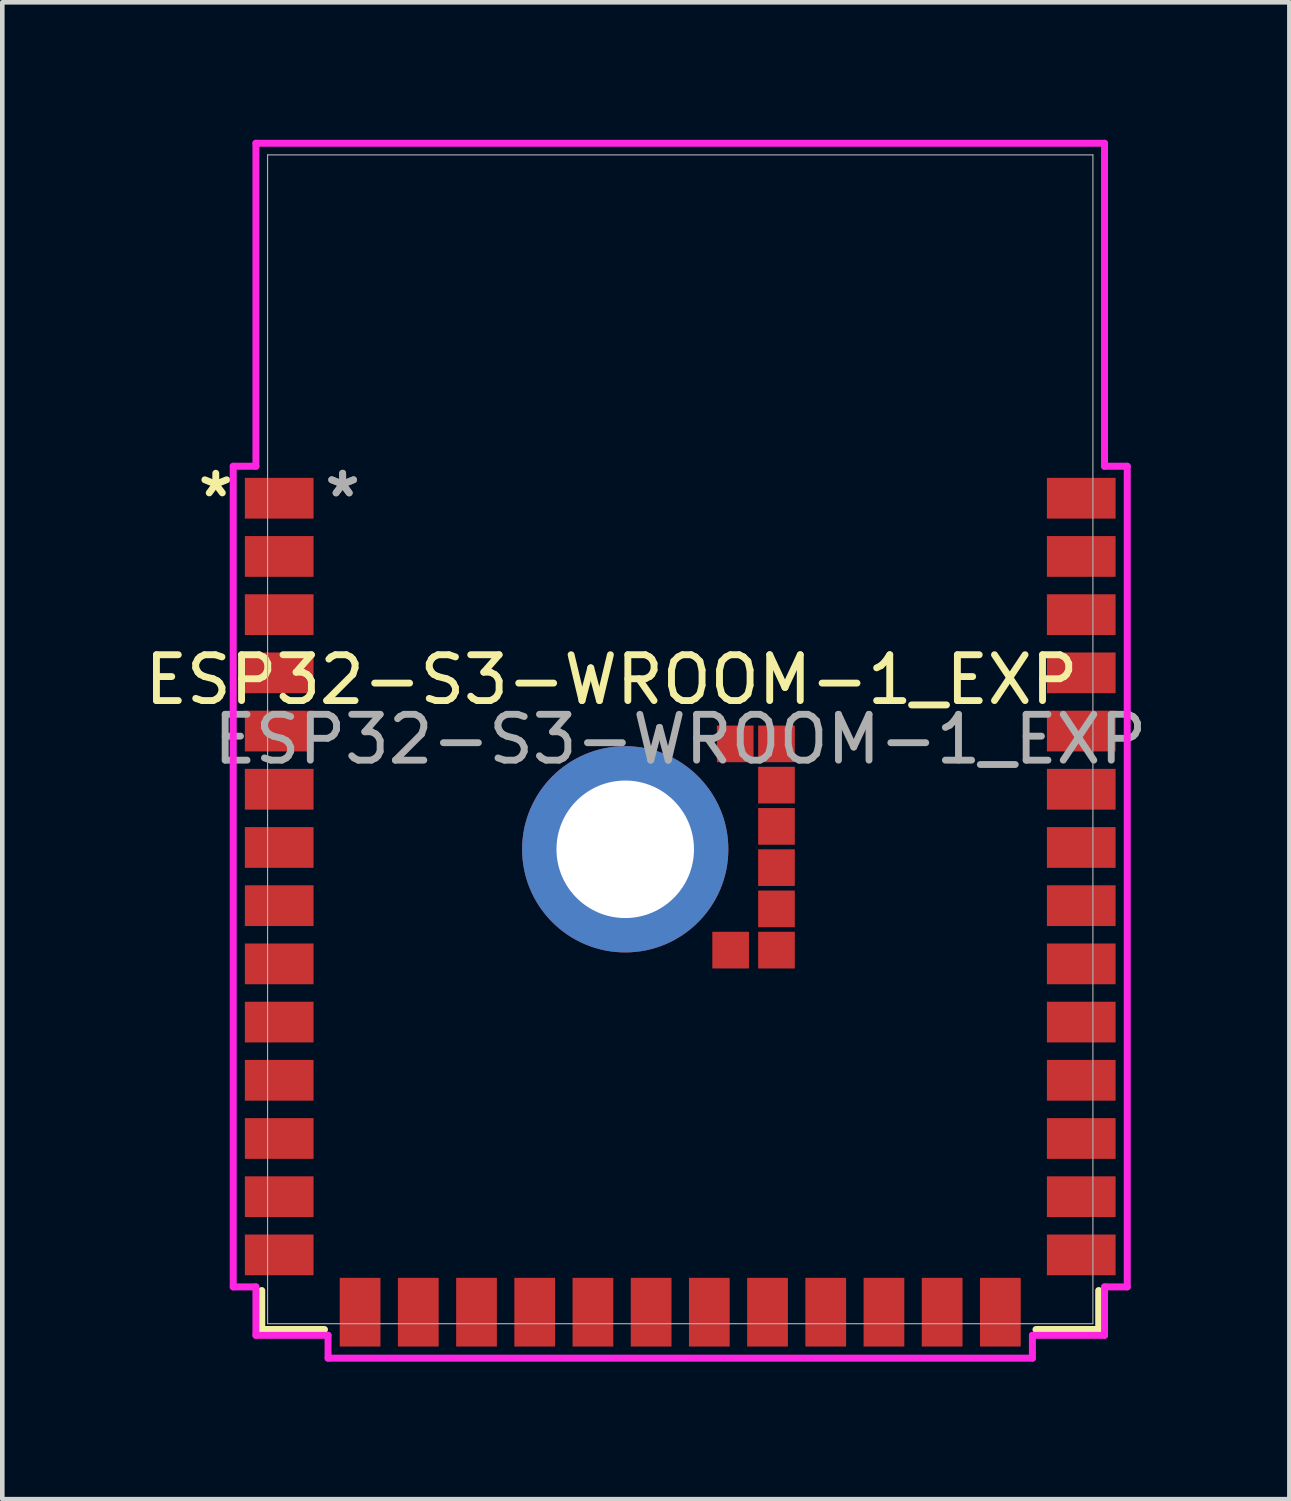
<source format=kicad_pcb>
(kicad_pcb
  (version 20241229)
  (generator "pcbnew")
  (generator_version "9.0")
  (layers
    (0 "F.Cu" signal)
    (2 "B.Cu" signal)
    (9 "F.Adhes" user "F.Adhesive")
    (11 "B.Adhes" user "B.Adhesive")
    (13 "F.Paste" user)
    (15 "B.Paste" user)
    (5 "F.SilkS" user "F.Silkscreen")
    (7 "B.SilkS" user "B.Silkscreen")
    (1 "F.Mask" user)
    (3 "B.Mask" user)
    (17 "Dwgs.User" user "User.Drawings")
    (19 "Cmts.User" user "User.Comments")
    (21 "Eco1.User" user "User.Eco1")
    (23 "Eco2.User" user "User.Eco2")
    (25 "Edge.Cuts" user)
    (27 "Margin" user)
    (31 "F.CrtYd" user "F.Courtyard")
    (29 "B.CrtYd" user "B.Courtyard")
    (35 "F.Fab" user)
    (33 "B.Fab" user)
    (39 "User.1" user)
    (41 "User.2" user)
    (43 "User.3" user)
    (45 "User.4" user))
  (footprint "ESP32-S3-WROOM-1_EXP"
    (layer "F.Cu")
    (at 11.792 13.081)
    (property "Reference" "ESP32-S3-WROOM-1_EXP" (at -1.5 -1.3 0) (unlocked yes) (layer "F.SilkS") (effects (font (size 1 1) (thickness 0.15))))
    (attr smd)
    (fp_line (start -9.131 12.878) (end -9.131 12.027) (stroke (width 0.152) (type solid)) (layer "F.SilkS"))
    (fp_line (start -7.762 12.878) (end -9.131 12.878) (stroke (width 0.152) (type solid)) (layer "F.SilkS"))
    (fp_line (start 9.131 12.027) (end 9.131 12.878) (stroke (width 0.152) (type solid)) (layer "F.SilkS"))
    (fp_line (start 9.131 12.878) (end 7.762 12.878) (stroke (width 0.152) (type solid)) (layer "F.SilkS"))
    (fp_poly (pts (xy -9.004 -12.751) (xy -9.004 -6.756) (xy 9.004 -6.756) (xy 9.004 -12.751)) (stroke (width 0.1) (type solid)) (fill no) (layer "Eco2.User"))
    (fp_line (start -9.753 -5.958) (end -9.753 11.948) (stroke (width 0.152) (type solid)) (layer "F.CrtYd"))
    (fp_line (start -9.753 11.948) (end -9.258 11.948) (stroke (width 0.152) (type solid)) (layer "F.CrtYd"))
    (fp_line (start -9.258 -13.005) (end -9.258 -5.958) (stroke (width 0.152) (type solid)) (layer "F.CrtYd"))
    (fp_line (start -9.258 -5.958) (end -9.753 -5.958) (stroke (width 0.152) (type solid)) (layer "F.CrtYd"))
    (fp_line (start -9.258 11.948) (end -9.258 13.005) (stroke (width 0.152) (type solid)) (layer "F.CrtYd"))
    (fp_line (start -9.258 13.005) (end -7.684 13.005) (stroke (width 0.152) (type solid)) (layer "F.CrtYd"))
    (fp_line (start -7.684 13.005) (end -7.684 13.503) (stroke (width 0.152) (type solid)) (layer "F.CrtYd"))
    (fp_line (start -7.684 13.503) (end 7.684 13.503) (stroke (width 0.152) (type solid)) (layer "F.CrtYd"))
    (fp_line (start 7.684 13.005) (end 9.258 13.005) (stroke (width 0.152) (type solid)) (layer "F.CrtYd"))
    (fp_line (start 7.684 13.503) (end 7.684 13.005) (stroke (width 0.152) (type solid)) (layer "F.CrtYd"))
    (fp_line (start 9.258 -13.005) (end -9.258 -13.005) (stroke (width 0.152) (type solid)) (layer "F.CrtYd"))
    (fp_line (start 9.258 -5.958) (end 9.258 -13.005) (stroke (width 0.152) (type solid)) (layer "F.CrtYd"))
    (fp_line (start 9.258 11.948) (end 9.753 11.948) (stroke (width 0.152) (type solid)) (layer "F.CrtYd"))
    (fp_line (start 9.258 13.005) (end 9.258 11.948) (stroke (width 0.152) (type solid)) (layer "F.CrtYd"))
    (fp_line (start 9.753 -5.958) (end 9.258 -5.958) (stroke (width 0.152) (type solid)) (layer "F.CrtYd"))
    (fp_line (start 9.753 11.948) (end 9.753 -5.958) (stroke (width 0.152) (type solid)) (layer "F.CrtYd"))
    (fp_line (start -9.004 -12.751) (end -9.004 12.751) (stroke (width 0.025) (type solid)) (layer "F.Fab"))
    (fp_line (start -9.004 12.751) (end 9.004 12.751) (stroke (width 0.025) (type solid)) (layer "F.Fab"))
    (fp_line (start 9.004 -12.751) (end -9.004 -12.751) (stroke (width 0.025) (type solid)) (layer "F.Fab"))
    (fp_line (start 9.004 12.751) (end 9.004 -12.751) (stroke (width 0.025) (type solid)) (layer "F.Fab"))
    (fp_text user "*" (at -10.134 -5.26 0) (layer "F.SilkS") (effects (font (size 1 1) (thickness 0.15))))
    (fp_text user "*" (at -7.366 -5.26 0) (unlocked yes) (layer "F.Fab") (effects (font (size 1 1) (thickness 0.15))))
    (fp_text user "${REFERENCE}" (at 0 0 0) (unlocked yes) (layer "F.Fab") (effects (font (size 1 1) (thickness 0.15))))
    (fp_text user "*" (at -7.366 -5.26 0) (layer "F.Fab") (effects (font (size 1 1) (thickness 0.15))))
    (pad "1" smd rect (at -8.75 -5.26) (size 1.499 0.889) (layers "F.Cu" "F.Mask" "F.Paste"))
    (pad "2" smd rect (at -8.75 -3.99) (size 1.499 0.889) (layers "F.Cu" "F.Mask" "F.Paste"))
    (pad "3" smd rect (at -8.75 -2.72) (size 1.499 0.889) (layers "F.Cu" "F.Mask" "F.Paste"))
    (pad "4" smd rect (at -8.75 -1.45) (size 1.499 0.889) (layers "F.Cu" "F.Mask" "F.Paste"))
    (pad "5" smd rect (at -8.75 -0.18) (size 1.499 0.889) (layers "F.Cu" "F.Mask" "F.Paste"))
    (pad "6" smd rect (at -8.75 1.09) (size 1.499 0.889) (layers "F.Cu" "F.Mask" "F.Paste"))
    (pad "7" smd rect (at -8.75 2.36) (size 1.499 0.889) (layers "F.Cu" "F.Mask" "F.Paste"))
    (pad "8" smd rect (at -8.75 3.63) (size 1.499 0.889) (layers "F.Cu" "F.Mask" "F.Paste"))
    (pad "9" smd rect (at -8.75 4.9) (size 1.499 0.889) (layers "F.Cu" "F.Mask" "F.Paste"))
    (pad "10" smd rect (at -8.75 6.17) (size 1.499 0.889) (layers "F.Cu" "F.Mask" "F.Paste"))
    (pad "11" smd rect (at -8.75 7.44) (size 1.499 0.889) (layers "F.Cu" "F.Mask" "F.Paste"))
    (pad "12" smd rect (at -8.75 8.71) (size 1.499 0.889) (layers "F.Cu" "F.Mask" "F.Paste"))
    (pad "13" smd rect (at -8.75 9.98) (size 1.499 0.889) (layers "F.Cu" "F.Mask" "F.Paste"))
    (pad "14" smd rect (at -8.75 11.25) (size 1.499 0.889) (layers "F.Cu" "F.Mask" "F.Paste"))
    (pad "15" smd rect (at -6.985 12.5 90) (size 1.499 0.889) (layers "F.Cu" "F.Mask" "F.Paste"))
    (pad "16" smd rect (at -5.715 12.5 90) (size 1.499 0.889) (layers "F.Cu" "F.Mask" "F.Paste"))
    (pad "17" smd rect (at -4.445 12.5 90) (size 1.499 0.889) (layers "F.Cu" "F.Mask" "F.Paste"))
    (pad "18" smd rect (at -3.175 12.5 90) (size 1.499 0.889) (layers "F.Cu" "F.Mask" "F.Paste"))
    (pad "19" smd rect (at -1.905 12.5 90) (size 1.499 0.889) (layers "F.Cu" "F.Mask" "F.Paste"))
    (pad "20" smd rect (at -0.635 12.5 90) (size 1.499 0.889) (layers "F.Cu" "F.Mask" "F.Paste"))
    (pad "21" smd rect (at 0.635 12.5 90) (size 1.499 0.889) (layers "F.Cu" "F.Mask" "F.Paste"))
    (pad "22" smd rect (at 1.905 12.5 90) (size 1.499 0.889) (layers "F.Cu" "F.Mask" "F.Paste"))
    (pad "23" smd rect (at 3.175 12.5 90) (size 1.499 0.889) (layers "F.Cu" "F.Mask" "F.Paste"))
    (pad "24" smd rect (at 4.445 12.5 90) (size 1.499 0.889) (layers "F.Cu" "F.Mask" "F.Paste"))
    (pad "25" smd rect (at 5.715 12.5 90) (size 1.499 0.889) (layers "F.Cu" "F.Mask" "F.Paste"))
    (pad "26" smd rect (at 6.985 12.5 90) (size 1.499 0.889) (layers "F.Cu" "F.Mask" "F.Paste"))
    (pad "27" smd rect (at 8.75 11.25) (size 1.499 0.889) (layers "F.Cu" "F.Mask" "F.Paste"))
    (pad "28" smd rect (at 8.75 9.98) (size 1.499 0.889) (layers "F.Cu" "F.Mask" "F.Paste"))
    (pad "29" smd rect (at 8.75 8.71) (size 1.499 0.889) (layers "F.Cu" "F.Mask" "F.Paste"))
    (pad "30" smd rect (at 8.75 7.44) (size 1.499 0.889) (layers "F.Cu" "F.Mask" "F.Paste"))
    (pad "31" smd rect (at 8.75 6.17) (size 1.499 0.889) (layers "F.Cu" "F.Mask" "F.Paste"))
    (pad "32" smd rect (at 8.75 4.9) (size 1.499 0.889) (layers "F.Cu" "F.Mask" "F.Paste"))
    (pad "33" smd rect (at 8.75 3.63) (size 1.499 0.889) (layers "F.Cu" "F.Mask" "F.Paste"))
    (pad "34" smd rect (at 8.75 2.36) (size 1.499 0.889) (layers "F.Cu" "F.Mask" "F.Paste"))
    (pad "35" smd rect (at 8.75 1.09) (size 1.499 0.889) (layers "F.Cu" "F.Mask" "F.Paste"))
    (pad "36" smd rect (at 8.75 -0.18) (size 1.499 0.889) (layers "F.Cu" "F.Mask" "F.Paste"))
    (pad "37" smd rect (at 8.75 -1.45) (size 1.499 0.889) (layers "F.Cu" "F.Mask" "F.Paste"))
    (pad "38" smd rect (at 8.75 -2.72) (size 1.499 0.889) (layers "F.Cu" "F.Mask" "F.Paste"))
    (pad "39" smd rect (at 8.75 -3.99) (size 1.499 0.889) (layers "F.Cu" "F.Mask" "F.Paste"))
    (pad "40" smd rect (at 8.75 -5.26) (size 1.499 0.889) (layers "F.Cu" "F.Mask" "F.Paste"))
    (pad "41" smd rect (at 2.1 2.8) (size 0.8 0.8) (layers "F.Cu" "F.Mask" "F.Paste"))
    (pad "42" smd rect (at 2.1 0.1) (size 0.8 0.8) (layers "F.Cu" "F.Mask" "F.Paste"))
    (pad "43" thru_hole circle (at -1.2 2.4) (size 4.5 4.5) (drill 3) (layers "*.Cu" "*.Mask"))
    (pad "44" smd rect (at 2.1 1.9) (size 0.8 0.8) (layers "F.Cu" "F.Mask" "F.Paste"))
    (pad "45" smd rect (at 2.1 4.6) (size 0.8 0.8) (layers "F.Cu" "F.Mask" "F.Paste"))
    (pad "46" smd rect (at 1.1 4.6) (size 0.8 0.8) (layers "F.Cu" "F.Mask" "F.Paste"))
    (pad "47" smd rect (at 1.2 0.1) (size 0.8 0.8) (layers "F.Cu" "F.Mask" "F.Paste"))
    (pad "48" smd rect (at 2.1 3.7) (size 0.8 0.8) (layers "F.Cu" "F.Mask" "F.Paste"))
    (pad "49" smd rect (at 2.1 1) (size 0.8 0.8) (layers "F.Cu" "F.Mask" "F.Paste")))
  (gr_rect
    (start -3 -3)
    (end 25.083 29.66)
    (stroke (width 0.1) (type default))
    (fill no)
    (layer "Edge.Cuts")))
</source>
